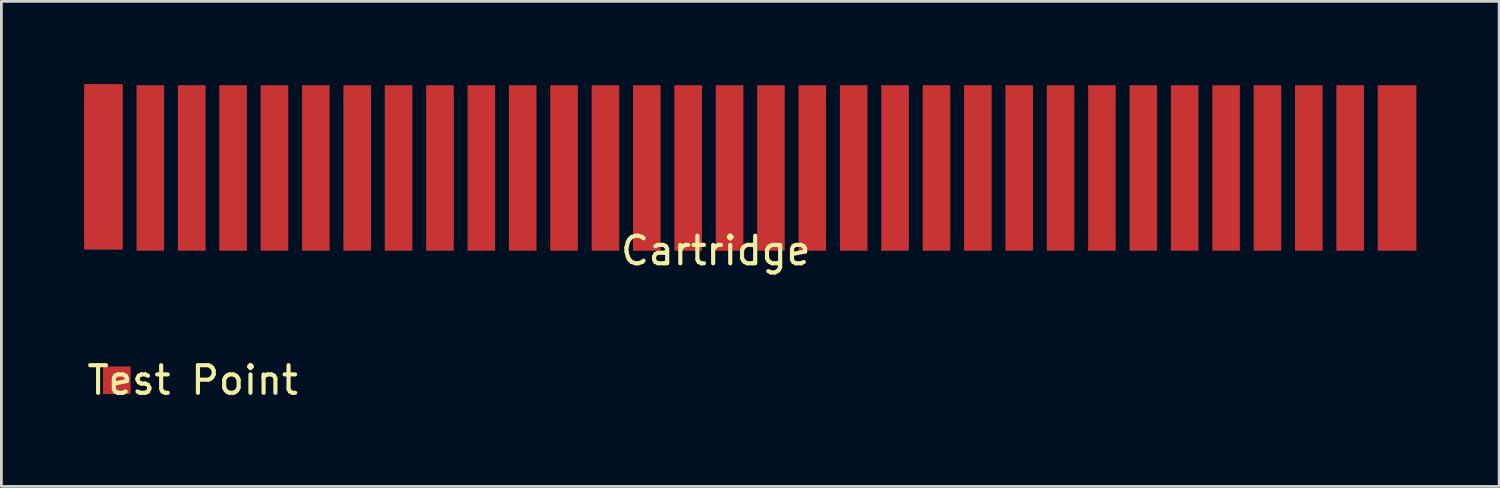
<source format=kicad_pcb>
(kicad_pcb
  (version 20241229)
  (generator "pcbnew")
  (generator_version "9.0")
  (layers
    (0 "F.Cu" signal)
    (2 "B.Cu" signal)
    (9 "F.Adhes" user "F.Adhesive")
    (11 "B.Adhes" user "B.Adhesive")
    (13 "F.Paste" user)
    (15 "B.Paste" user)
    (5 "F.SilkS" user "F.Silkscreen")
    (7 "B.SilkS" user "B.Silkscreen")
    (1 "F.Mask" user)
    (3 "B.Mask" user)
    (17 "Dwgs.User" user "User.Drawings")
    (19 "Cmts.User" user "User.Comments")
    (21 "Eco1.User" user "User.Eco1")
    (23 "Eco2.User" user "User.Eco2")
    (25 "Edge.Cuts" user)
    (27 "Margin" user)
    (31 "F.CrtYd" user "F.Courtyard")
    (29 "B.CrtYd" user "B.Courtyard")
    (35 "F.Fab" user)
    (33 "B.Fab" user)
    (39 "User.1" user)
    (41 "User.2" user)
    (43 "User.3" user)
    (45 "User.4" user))
  (footprint "Cartridge"
    (layer "F.Cu")
    (at 22.9 5.54)
    (property "Reference" "Cartridge" (at 0 0.5 0) (layer "F.SilkS") (effects (font (size 1 1) (thickness 0.15))))
    (attr through_hole)
    (pad "1" smd rect (at -22 -2.54) (size 1.4 6) (drill (offset -0.2 0)) (layers "F.Cu" "F.Mask"))
    (pad "2" smd rect (at -20.5 -2.5) (size 1 6) (layers "F.Cu" "F.Mask"))
    (pad "3" smd rect (at -19 -2.5) (size 1 6) (layers "F.Cu" "F.Mask"))
    (pad "4" smd rect (at -17.5 -2.5) (size 1 6) (layers "F.Cu" "F.Mask"))
    (pad "5" smd rect (at -16 -2.5) (size 1 6) (layers "F.Cu" "F.Mask"))
    (pad "6" smd rect (at -14.5 -2.5) (size 1 6) (layers "F.Cu" "F.Mask"))
    (pad "7" smd rect (at -13 -2.5) (size 1 6) (layers "F.Cu" "F.Mask"))
    (pad "8" smd rect (at -11.5 -2.5) (size 1 6) (layers "F.Cu" "F.Mask"))
    (pad "9" smd rect (at -10 -2.5) (size 1 6) (layers "F.Cu" "F.Mask"))
    (pad "10" smd rect (at -8.5 -2.5) (size 1 6) (layers "F.Cu" "F.Mask"))
    (pad "11" smd rect (at -7 -2.5) (size 1 6) (layers "F.Cu" "F.Mask"))
    (pad "12" smd rect (at -5.5 -2.5) (size 1 6) (layers "F.Cu" "F.Mask"))
    (pad "13" smd rect (at -4 -2.5) (size 1 6) (layers "F.Cu" "F.Mask"))
    (pad "14" smd rect (at -2.5 -2.5) (size 1 6) (layers "F.Cu" "F.Mask"))
    (pad "15" smd rect (at -1 -2.5) (size 1 6) (layers "F.Cu" "F.Mask"))
    (pad "16" smd rect (at 0.5 -2.5) (size 1 6) (layers "F.Cu" "F.Mask"))
    (pad "17" smd rect (at 2 -2.5) (size 1 6) (layers "F.Cu" "F.Mask"))
    (pad "18" smd rect (at 3.5 -2.5) (size 1 6) (layers "F.Cu" "F.Mask"))
    (pad "19" smd rect (at 5 -2.5) (size 1 6) (layers "F.Cu" "F.Mask"))
    (pad "20" smd rect (at 6.5 -2.5) (size 1 6) (layers "F.Cu" "F.Mask"))
    (pad "21" smd rect (at 8 -2.5) (size 1 6) (layers "F.Cu" "F.Mask"))
    (pad "22" smd rect (at 9.5 -2.5) (size 1 6) (layers "F.Cu" "F.Mask"))
    (pad "23" smd rect (at 11 -2.5) (size 1 6) (layers "F.Cu" "F.Mask"))
    (pad "24" smd rect (at 12.5 -2.5) (size 1 6) (layers "F.Cu" "F.Mask"))
    (pad "25" smd rect (at 14 -2.5) (size 1 6) (layers "F.Cu" "F.Mask"))
    (pad "26" smd rect (at 15.5 -2.5) (size 1 6) (layers "F.Cu" "F.Mask"))
    (pad "27" smd rect (at 17 -2.5) (size 1 6) (layers "F.Cu" "F.Mask"))
    (pad "28" smd rect (at 18.5 -2.5) (size 1 6) (layers "F.Cu" "F.Mask"))
    (pad "29" smd rect (at 20 -2.5) (size 1 6) (layers "F.Cu" "F.Mask"))
    (pad "30" smd rect (at 21.5 -2.5) (size 1 6) (layers "F.Cu" "F.Mask"))
    (pad "31" smd rect (at 23 -2.5) (size 1 6) (layers "F.Cu" "F.Mask"))
    (pad "32" smd rect (at 24.5 -2.5) (size 1.4 6) (drill (offset 0.2 0)) (layers "F.Cu" "F.Mask")))
  (footprint "Test Point"
    (layer "F.Cu")
    (at 1.185 10.736)
    (property "Reference" "Test Point" (at 2.75 0 0) (layer "F.SilkS") (effects (font (size 1 1) (thickness 0.15))))
    (attr through_hole)
    (pad "1" smd rect (at 0 0) (size 1 1) (layers "F.Cu" "F.Mask")))
  (gr_rect
    (start -3 -3)
    (end 51.3 14.585)
    (stroke (width 0.1) (type default))
    (fill no)
    (layer "Edge.Cuts")))
</source>
